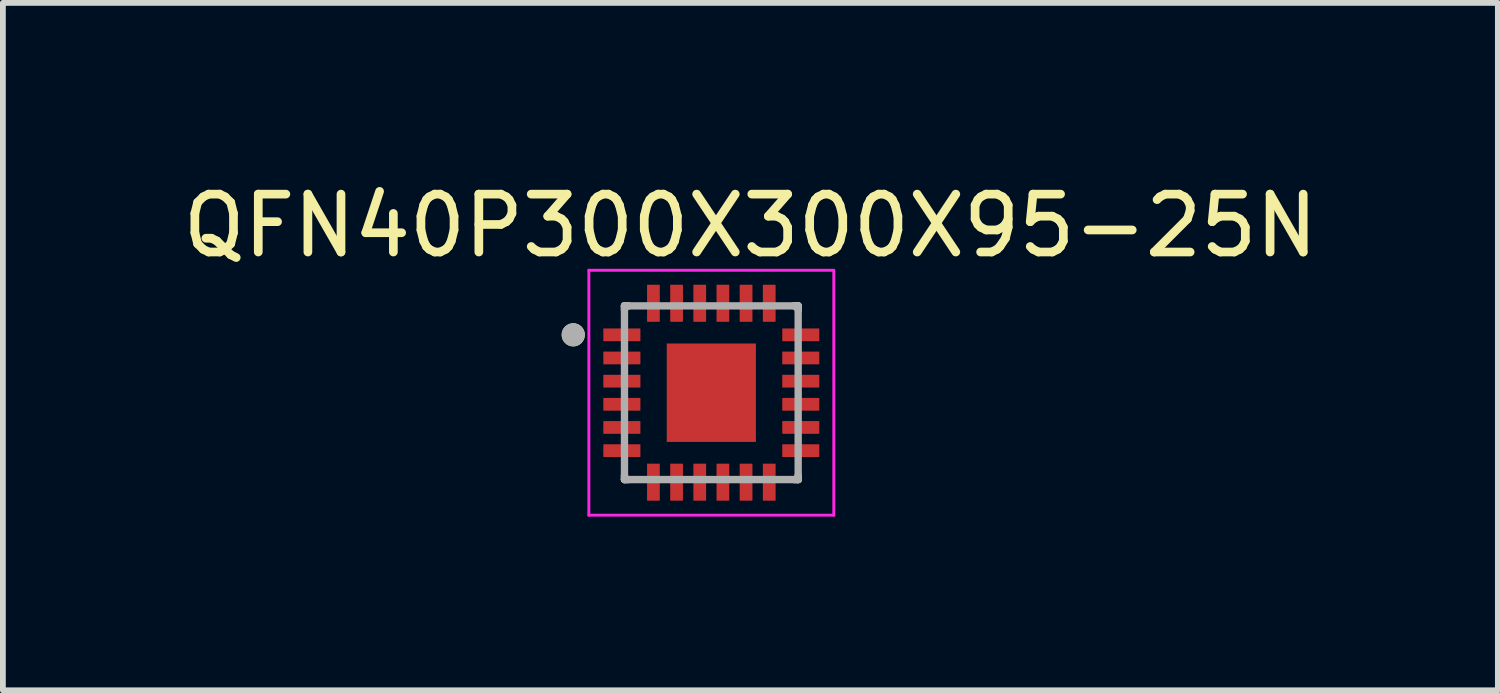
<source format=kicad_pcb>
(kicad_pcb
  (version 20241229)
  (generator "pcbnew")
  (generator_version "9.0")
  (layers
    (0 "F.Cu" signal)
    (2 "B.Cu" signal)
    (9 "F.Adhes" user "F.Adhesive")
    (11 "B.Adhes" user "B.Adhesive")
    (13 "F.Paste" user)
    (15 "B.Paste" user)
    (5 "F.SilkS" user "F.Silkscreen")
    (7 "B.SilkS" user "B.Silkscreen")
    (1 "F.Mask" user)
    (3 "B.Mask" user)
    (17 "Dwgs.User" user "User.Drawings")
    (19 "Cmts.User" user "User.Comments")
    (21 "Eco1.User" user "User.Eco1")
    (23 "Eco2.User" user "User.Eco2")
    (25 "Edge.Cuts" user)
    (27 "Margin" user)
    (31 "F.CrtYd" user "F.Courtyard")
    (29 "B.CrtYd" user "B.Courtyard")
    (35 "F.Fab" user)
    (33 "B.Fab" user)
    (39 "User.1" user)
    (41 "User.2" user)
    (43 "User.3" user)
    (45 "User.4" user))
  (footprint "QFN40P300X300X95-25N"
    (layer "F.Cu")
    (at 9.236 3.733)
    (property "Reference" "QFN40P300X300X95-25N" (at 0.675 -2.885 0) (layer "F.SilkS") (effects (font (size 1 1) (thickness 0.15))))
    (attr smd)
    (fp_line (start -1.5 -1.5) (end -1.5 -1.43) (stroke (width 0.127) (type solid)) (layer "F.SilkS"))
    (fp_line (start -1.5 -1.5) (end -1.43 -1.5) (stroke (width 0.127) (type solid)) (layer "F.SilkS"))
    (fp_line (start -1.5 1.5) (end -1.5 1.43) (stroke (width 0.127) (type solid)) (layer "F.SilkS"))
    (fp_line (start -1.5 1.5) (end -1.43 1.5) (stroke (width 0.127) (type solid)) (layer "F.SilkS"))
    (fp_line (start 1.5 -1.5) (end 1.43 -1.5) (stroke (width 0.127) (type solid)) (layer "F.SilkS"))
    (fp_line (start 1.5 -1.5) (end 1.5 -1.43) (stroke (width 0.127) (type solid)) (layer "F.SilkS"))
    (fp_line (start 1.5 1.5) (end 1.43 1.5) (stroke (width 0.127) (type solid)) (layer "F.SilkS"))
    (fp_line (start 1.5 1.5) (end 1.5 1.43) (stroke (width 0.127) (type solid)) (layer "F.SilkS"))
    (fp_circle (center -2.385 -1) (end -2.285 -1) (stroke (width 0.2) (type solid)) (fill no) (layer "F.SilkS"))
    (fp_poly (pts (xy -0.485 -0.54) (xy 0.485 -0.54) (xy 0.485 0.54) (xy -0.485 0.54)) (stroke (width 0.01) (type solid)) (fill yes) (layer "F.Paste"))
    (fp_line (start -2.115 -2.115) (end 2.115 -2.115) (stroke (width 0.05) (type solid)) (layer "F.CrtYd"))
    (fp_line (start -2.115 2.115) (end -2.115 -2.115) (stroke (width 0.05) (type solid)) (layer "F.CrtYd"))
    (fp_line (start -2.115 2.115) (end 2.115 2.115) (stroke (width 0.05) (type solid)) (layer "F.CrtYd"))
    (fp_line (start 2.115 2.115) (end 2.115 -2.115) (stroke (width 0.05) (type solid)) (layer "F.CrtYd"))
    (fp_line (start -1.5 1.5) (end -1.5 -1.5) (stroke (width 0.127) (type solid)) (layer "F.Fab"))
    (fp_line (start 1.5 -1.5) (end -1.5 -1.5) (stroke (width 0.127) (type solid)) (layer "F.Fab"))
    (fp_line (start 1.5 1.5) (end -1.5 1.5) (stroke (width 0.127) (type solid)) (layer "F.Fab"))
    (fp_line (start 1.5 1.5) (end 1.5 -1.5) (stroke (width 0.127) (type solid)) (layer "F.Fab"))
    (fp_circle (center -2.385 -1) (end -2.285 -1) (stroke (width 0.2) (type solid)) (fill no) (layer "F.Fab"))
    (pad "1" smd roundrect (at -1.545 -1) (size 0.64 0.22) (layers "F.Cu" "F.Mask" "F.Paste") (roundrect_rratio 0.03))
    (pad "2" smd roundrect (at -1.545 -0.6) (size 0.64 0.22) (layers "F.Cu" "F.Mask" "F.Paste") (roundrect_rratio 0.03))
    (pad "3" smd roundrect (at -1.545 -0.2) (size 0.64 0.22) (layers "F.Cu" "F.Mask" "F.Paste") (roundrect_rratio 0.03))
    (pad "4" smd roundrect (at -1.545 0.2) (size 0.64 0.22) (layers "F.Cu" "F.Mask" "F.Paste") (roundrect_rratio 0.03))
    (pad "5" smd roundrect (at -1.545 0.6) (size 0.64 0.22) (layers "F.Cu" "F.Mask" "F.Paste") (roundrect_rratio 0.03))
    (pad "6" smd roundrect (at -1.545 1) (size 0.64 0.22) (layers "F.Cu" "F.Mask" "F.Paste") (roundrect_rratio 0.03))
    (pad "7" smd roundrect (at -1 1.545 90) (size 0.64 0.22) (layers "F.Cu" "F.Mask" "F.Paste") (roundrect_rratio 0.03))
    (pad "8" smd roundrect (at -0.6 1.545 90) (size 0.64 0.22) (layers "F.Cu" "F.Mask" "F.Paste") (roundrect_rratio 0.03))
    (pad "9" smd roundrect (at -0.2 1.545 90) (size 0.64 0.22) (layers "F.Cu" "F.Mask" "F.Paste") (roundrect_rratio 0.03))
    (pad "10" smd roundrect (at 0.2 1.545 90) (size 0.64 0.22) (layers "F.Cu" "F.Mask" "F.Paste") (roundrect_rratio 0.03))
    (pad "11" smd roundrect (at 0.6 1.545 90) (size 0.64 0.22) (layers "F.Cu" "F.Mask" "F.Paste") (roundrect_rratio 0.03))
    (pad "12" smd roundrect (at 1 1.545 90) (size 0.64 0.22) (layers "F.Cu" "F.Mask" "F.Paste") (roundrect_rratio 0.03))
    (pad "13" smd roundrect (at 1.545 1) (size 0.64 0.22) (layers "F.Cu" "F.Mask" "F.Paste") (roundrect_rratio 0.03))
    (pad "14" smd roundrect (at 1.545 0.6) (size 0.64 0.22) (layers "F.Cu" "F.Mask" "F.Paste") (roundrect_rratio 0.03))
    (pad "15" smd roundrect (at 1.545 0.2) (size 0.64 0.22) (layers "F.Cu" "F.Mask" "F.Paste") (roundrect_rratio 0.03))
    (pad "16" smd roundrect (at 1.545 -0.2) (size 0.64 0.22) (layers "F.Cu" "F.Mask" "F.Paste") (roundrect_rratio 0.03))
    (pad "17" smd roundrect (at 1.545 -0.6) (size 0.64 0.22) (layers "F.Cu" "F.Mask" "F.Paste") (roundrect_rratio 0.03))
    (pad "18" smd roundrect (at 1.545 -1) (size 0.64 0.22) (layers "F.Cu" "F.Mask" "F.Paste") (roundrect_rratio 0.03))
    (pad "19" smd roundrect (at 1 -1.545 90) (size 0.64 0.22) (layers "F.Cu" "F.Mask" "F.Paste") (roundrect_rratio 0.03))
    (pad "20" smd roundrect (at 0.6 -1.545 90) (size 0.64 0.22) (layers "F.Cu" "F.Mask" "F.Paste") (roundrect_rratio 0.03))
    (pad "21" smd roundrect (at 0.2 -1.545 90) (size 0.64 0.22) (layers "F.Cu" "F.Mask" "F.Paste") (roundrect_rratio 0.03))
    (pad "22" smd roundrect (at -0.2 -1.545 90) (size 0.64 0.22) (layers "F.Cu" "F.Mask" "F.Paste") (roundrect_rratio 0.03))
    (pad "23" smd roundrect (at -0.6 -1.545 90) (size 0.64 0.22) (layers "F.Cu" "F.Mask" "F.Paste") (roundrect_rratio 0.03))
    (pad "24" smd roundrect (at -1 -1.545 90) (size 0.64 0.22) (layers "F.Cu" "F.Mask" "F.Paste") (roundrect_rratio 0.03))
    (pad "25" smd rect (at 0 0) (size 1.54 1.7) (layers "F.Cu" "F.Mask")))
  (gr_rect
    (start -3 -3)
    (end 22.821 8.873)
    (stroke (width 0.1) (type default))
    (fill no)
    (layer "Edge.Cuts")))
</source>
